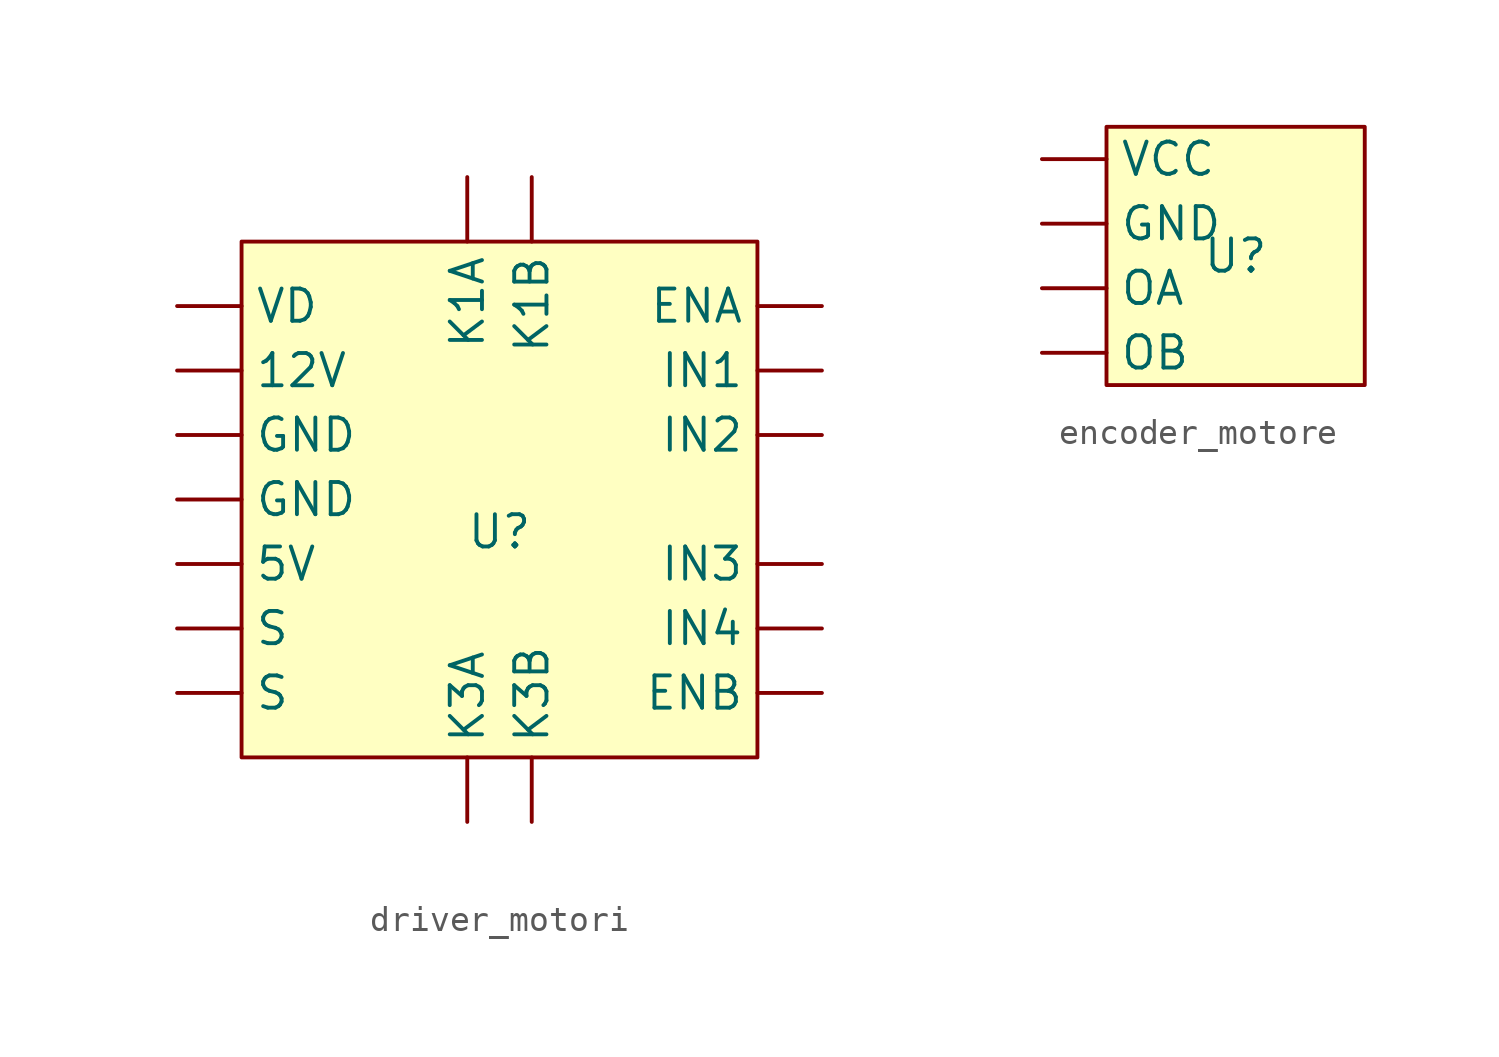
<source format=kicad_sym>
(kicad_symbol_lib
  (version 20220914)
  (generator kicad_symbol_editor)
  (symbol "driver_motori"
    (property "Reference" "U"
      (at 0 0 0)
      (effects (font (size 1.27 1.27))))
    (property "Value" ""
      (at 0 0 0)
      (effects (font (size 1.27 1.27))))
    (symbol "driver_motori_1_1"
      (rectangle (start -10.16 11.43) (end 10.16 -8.89) (stroke (width 0) (type default)) (fill (type background)))
      (pin power_in line (at -12.7 6.35 0) (length 2.54) (name "12V" (effects (font (size 1.27 1.27)))) (number "" (effects (font (size 1.27 1.27)))))
      (pin power_out line (at -12.7 -1.27 0) (length 2.54) (name "5V" (effects (font (size 1.27 1.27)))) (number "" (effects (font (size 1.27 1.27)))))
      (pin input line (at 12.7 8.89 180) (length 2.54) (name "ENA" (effects (font (size 1.27 1.27)))) (number "" (effects (font (size 1.27 1.27)))))
      (pin input line (at 12.7 -6.35 180) (length 2.54) (name "ENB" (effects (font (size 1.27 1.27)))) (number "" (effects (font (size 1.27 1.27)))))
      (pin power_in line (at -12.7 1.27 0) (length 2.54) (name "GND" (effects (font (size 1.27 1.27)))) (number "" (effects (font (size 1.27 1.27)))))
      (pin power_in line (at -12.7 3.81 0) (length 2.54) (name "GND" (effects (font (size 1.27 1.27)))) (number "" (effects (font (size 1.27 1.27)))))
      (pin input line (at 12.7 6.35 180) (length 2.54) (name "IN1" (effects (font (size 1.27 1.27)))) (number "" (effects (font (size 1.27 1.27)))))
      (pin input line (at 12.7 3.81 180) (length 2.54) (name "IN2" (effects (font (size 1.27 1.27)))) (number "" (effects (font (size 1.27 1.27)))))
      (pin input line (at 12.7 -1.27 180) (length 2.54) (name "IN3" (effects (font (size 1.27 1.27)))) (number "" (effects (font (size 1.27 1.27)))))
      (pin input line (at 12.7 -3.81 180) (length 2.54) (name "IN4" (effects (font (size 1.27 1.27)))) (number "" (effects (font (size 1.27 1.27)))))
      (pin power_out line (at -1.27 13.97 270) (length 2.54) (name "K1A" (effects (font (size 1.27 1.27)))) (number "" (effects (font (size 1.27 1.27)))))
      (pin power_out line (at 1.27 13.97 270) (length 2.54) (name "K1B" (effects (font (size 1.27 1.27)))) (number "" (effects (font (size 1.27 1.27)))))
      (pin power_out line (at -1.27 -11.43 90) (length 2.54) (name "K3A" (effects (font (size 1.27 1.27)))) (number "" (effects (font (size 1.27 1.27)))))
      (pin power_out line (at 1.27 -11.43 90) (length 2.54) (name "K3B" (effects (font (size 1.27 1.27)))) (number "" (effects (font (size 1.27 1.27)))))
      (pin unspecified line (at -12.7 -6.35 0) (length 2.54) (name "S" (effects (font (size 1.27 1.27)))) (number "" (effects (font (size 1.27 1.27)))))
      (pin unspecified line (at -12.7 -3.81 0) (length 2.54) (name "S" (effects (font (size 1.27 1.27)))) (number "" (effects (font (size 1.27 1.27)))))
      (pin power_in line (at -12.7 8.89 0) (length 2.54) (name "VD" (effects (font (size 1.27 1.27)))) (number "" (effects (font (size 1.27 1.27)))))))
  (symbol "encoder_motore"
    (property "Reference" "U"
      (at 0 0 0)
      (effects (font (size 1.27 1.27))))
    (property "Value" ""
      (at 0 0 0)
      (effects (font (size 1.27 1.27))))
    (symbol "encoder_motore_1_1"
      (rectangle (start -5.08 5.08) (end 5.08 -5.08) (stroke (width 0) (type default)) (fill (type background)))
      (pin power_in line (at -7.62 1.27 0) (length 2.54) (name "GND" (effects (font (size 1.27 1.27)))) (number "" (effects (font (size 1.27 1.27)))))
      (pin output line (at -7.62 -1.27 0) (length 2.54) (name "OA" (effects (font (size 1.27 1.27)))) (number "" (effects (font (size 1.27 1.27)))))
      (pin output line (at -7.62 -3.81 0) (length 2.54) (name "OB" (effects (font (size 1.27 1.27)))) (number "" (effects (font (size 1.27 1.27)))))
      (pin power_in line (at -7.62 3.81 0) (length 2.54) (name "VCC" (effects (font (size 1.27 1.27)))) (number "" (effects (font (size 1.27 1.27))))))))
</source>
